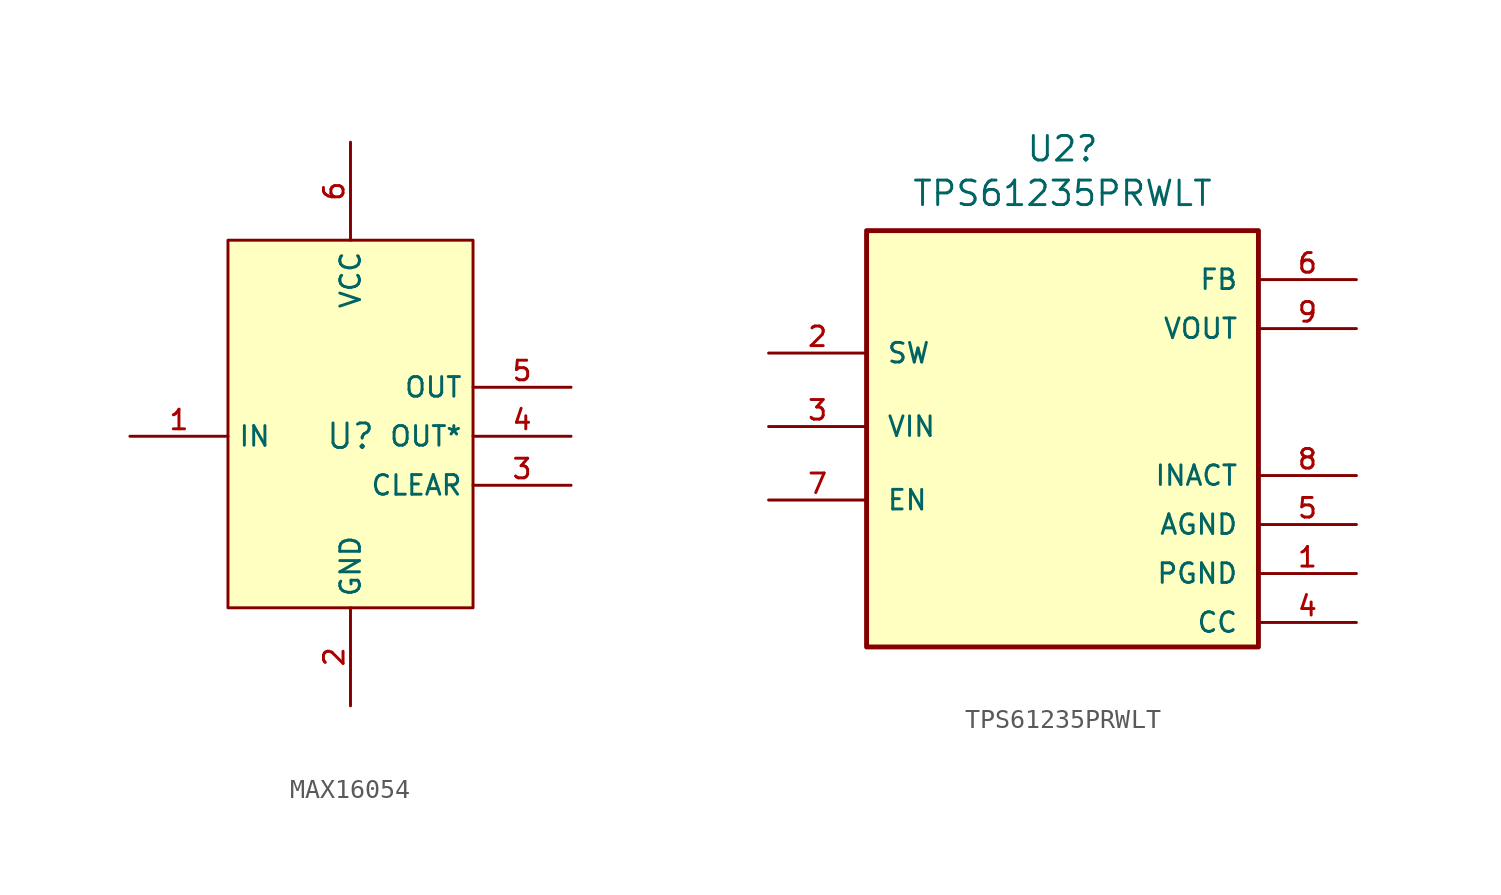
<source format=kicad_sym>
(kicad_symbol_lib
  (version 20231120)
  (generator "kicad_symbol_editor")
  (generator_version "8.99")
  (symbol "MAX16054"
    (property "Reference" "U"
      (at 0 0 0)
      (effects (font (size 1.27 1.27))))
    (property "Value" ""
      (at 0 0 0)
      (effects (font (size 1.27 1.27))))
    (symbol "MAX16054_0_0"
      (pin bidirectional line (at -11.43 0 0) (length 5.08) (name "IN" (effects (font (size 1.016 1.016)))) (number "1" (effects (font (size 1.016 1.016)))))
      (pin bidirectional line (at 0 -13.97 90) (length 5.08) (name "GND" (effects (font (size 1.016 1.016)))) (number "2" (effects (font (size 1.016 1.016)))))
      (pin bidirectional line (at 11.43 -2.54 180) (length 5.08) (name "CLEAR" (effects (font (size 1.016 1.016)))) (number "3" (effects (font (size 1.016 1.016)))))
      (pin bidirectional line (at 11.43 0 180) (length 5.08) (name "OUT*" (effects (font (size 1.016 1.016)))) (number "4" (effects (font (size 1.016 1.016)))))
      (pin bidirectional line (at 11.43 2.54 180) (length 5.08) (name "OUT" (effects (font (size 1.016 1.016)))) (number "5" (effects (font (size 1.016 1.016)))))
      (pin bidirectional line (at 0 15.24 270) (length 5.08) (name "VCC" (effects (font (size 1.016 1.016)))) (number "6" (effects (font (size 1.016 1.016))))))
    (symbol "MAX16054_0_1"
      (rectangle (start -6.35 10.16) (end 6.35 -8.89) (stroke (width 0) (type default)) (fill (type background)))))
  (symbol "TPS61235PRWLT"
    (pin_names
      (offset 1.016))
    (property "Reference" "U2"
      (at 0 14.402 0)
      (effects (font (size 1.27 1.27))))
    (property "Value" "TPS61235PRWLT"
      (at 0 12.09 0)
      (effects (font (size 1.27 1.27))))
    (property "Description" ""
      (at 0 0 0)
      (effects (font (size 1.27 1.27))))
    (property "ki_locked" ""
      (at 0 0 0)
      (effects (font (size 1.27 1.27))))
    (symbol "TPS61235PRWLT_0_0"
      (rectangle (start -10.16 10.16) (end 10.16 -11.43) (stroke (width 0.254) (type default)) (fill (type background)))
      (pin power_in line (at 15.24 -7.62 180) (length 5.08) (name "PGND" (effects (font (size 1.016 1.016)))) (number "1" (effects (font (size 1.016 1.016)))))
      (pin power_in line (at -15.24 3.81 0) (length 5.08) (name "SW" (effects (font (size 1.016 1.016)))) (number "2" (effects (font (size 1.016 1.016)))))
      (pin input line (at -15.24 0 0) (length 5.08) (name "VIN" (effects (font (size 1.016 1.016)))) (number "3" (effects (font (size 1.016 1.016)))))
      (pin input line (at 15.24 -10.16 180) (length 5.08) (name "CC" (effects (font (size 1.016 1.016)))) (number "4" (effects (font (size 1.016 1.016)))))
      (pin power_in line (at 15.24 -5.08 180) (length 5.08) (name "AGND" (effects (font (size 1.016 1.016)))) (number "5" (effects (font (size 1.016 1.016)))))
      (pin input line (at 15.24 7.62 180) (length 5.08) (name "FB" (effects (font (size 1.016 1.016)))) (number "6" (effects (font (size 1.016 1.016)))))
      (pin input line (at -15.24 -3.81 0) (length 5.08) (name "EN" (effects (font (size 1.016 1.016)))) (number "7" (effects (font (size 1.016 1.016)))))
      (pin output line (at 15.24 -2.54 180) (length 5.08) (name "INACT" (effects (font (size 1.016 1.016)))) (number "8" (effects (font (size 1.016 1.016)))))
      (pin power_in line (at 15.24 5.08 180) (length 5.08) (name "VOUT" (effects (font (size 1.016 1.016)))) (number "9" (effects (font (size 1.016 1.016))))))))
</source>
